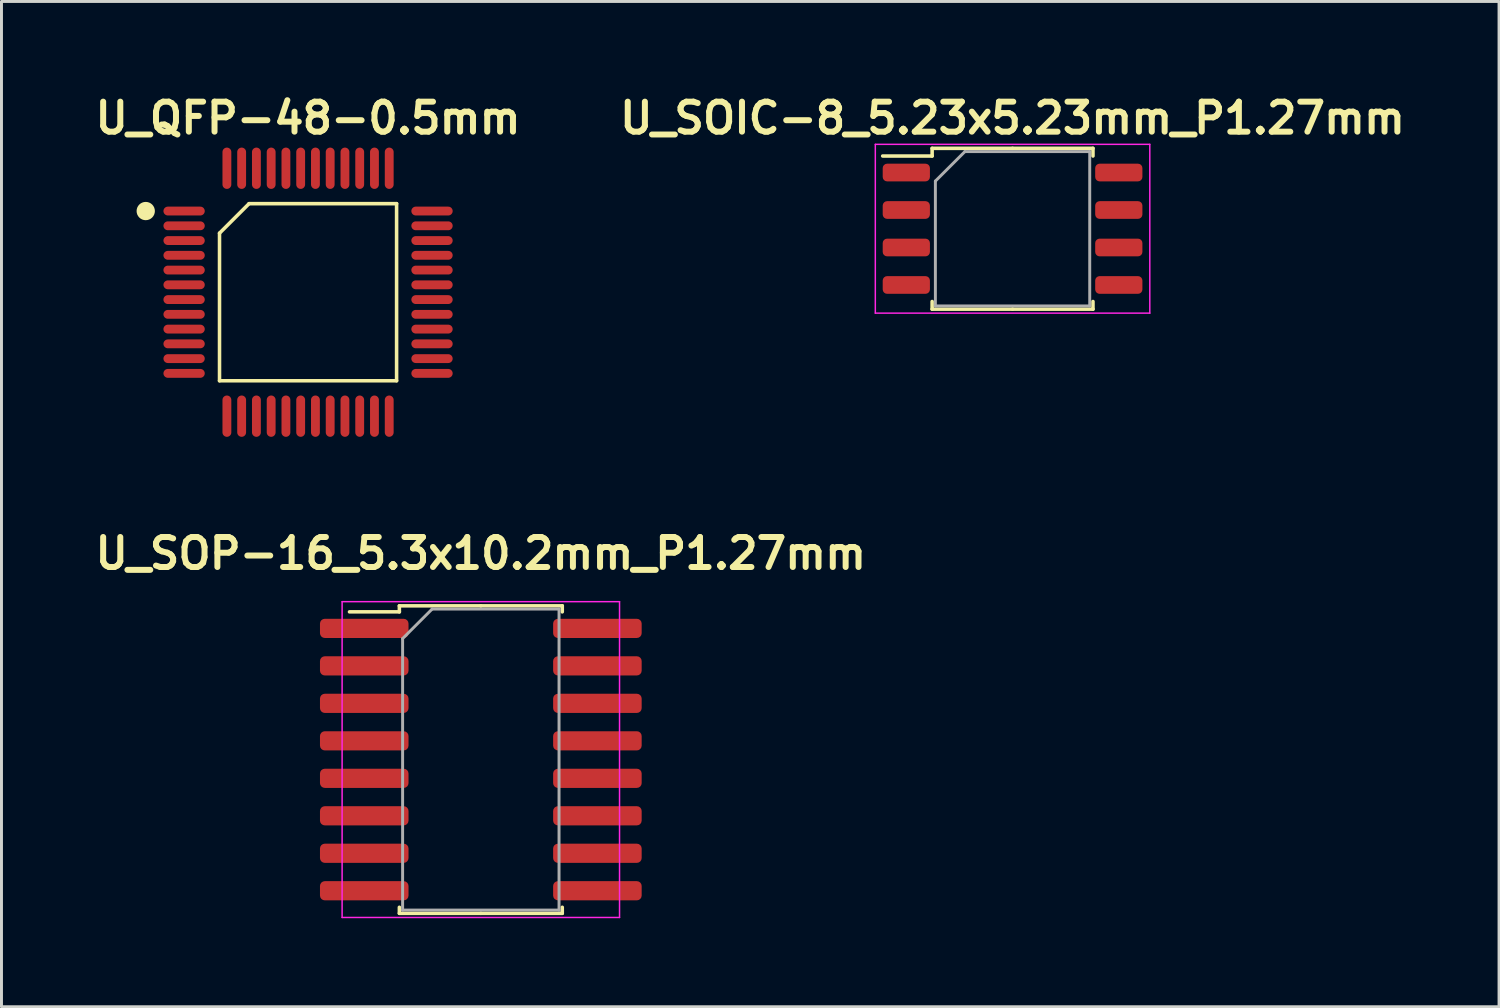
<source format=kicad_pcb>
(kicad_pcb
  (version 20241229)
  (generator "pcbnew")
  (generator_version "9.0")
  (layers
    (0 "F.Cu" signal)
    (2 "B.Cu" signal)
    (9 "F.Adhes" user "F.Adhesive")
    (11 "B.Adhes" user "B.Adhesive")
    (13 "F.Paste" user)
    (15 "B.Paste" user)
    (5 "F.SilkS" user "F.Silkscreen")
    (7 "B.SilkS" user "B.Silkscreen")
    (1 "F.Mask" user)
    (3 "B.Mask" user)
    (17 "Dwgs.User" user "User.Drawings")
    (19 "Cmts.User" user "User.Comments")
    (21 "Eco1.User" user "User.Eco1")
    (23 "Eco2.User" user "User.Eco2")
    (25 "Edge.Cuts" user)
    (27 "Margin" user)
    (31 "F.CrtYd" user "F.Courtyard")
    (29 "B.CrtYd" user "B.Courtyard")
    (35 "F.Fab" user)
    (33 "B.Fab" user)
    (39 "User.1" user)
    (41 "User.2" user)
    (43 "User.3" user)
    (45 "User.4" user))
  (footprint "U_QFP-48-0.5mm"
    (layer "F.Cu")
    (at 7.388 6.851)
    (property "Reference" "U_QFP-48-0.5mm" (at 0 -5.9 0) (layer "F.SilkS") (effects (font (size 1.016 1.016) (thickness 0.203))))
    (attr smd)
    (fp_line (start -3 -2) (end -2 -3) (stroke (width 0.12) (type solid)) (layer "F.SilkS"))
    (fp_line (start -3 3) (end -3 -2) (stroke (width 0.12) (type solid)) (layer "F.SilkS"))
    (fp_line (start -2 -3) (end 3 -3) (stroke (width 0.12) (type solid)) (layer "F.SilkS"))
    (fp_line (start 3 -3) (end 3 3) (stroke (width 0.12) (type solid)) (layer "F.SilkS"))
    (fp_line (start 3 3) (end -3 3) (stroke (width 0.12) (type solid)) (layer "F.SilkS"))
    (fp_circle (center -5.5 -2.75) (end -5.25 -2.75) (stroke (width 0.12) (type solid)) (fill yes) (layer "F.SilkS"))
    (pad "1" smd oval (at -4.2 -2.75 90) (size 0.3 1.4) (layers "F.Cu" "F.Mask" "F.Paste"))
    (pad "2" smd oval (at -4.2 -2.25 90) (size 0.3 1.4) (layers "F.Cu" "F.Mask" "F.Paste"))
    (pad "3" smd oval (at -4.2 -1.75 90) (size 0.3 1.4) (layers "F.Cu" "F.Mask" "F.Paste"))
    (pad "4" smd oval (at -4.2 -1.25 90) (size 0.3 1.4) (layers "F.Cu" "F.Mask" "F.Paste"))
    (pad "5" smd oval (at -4.2 -0.75 90) (size 0.3 1.4) (layers "F.Cu" "F.Mask" "F.Paste"))
    (pad "6" smd oval (at -4.2 -0.25 90) (size 0.3 1.4) (layers "F.Cu" "F.Mask" "F.Paste"))
    (pad "7" smd oval (at -4.2 0.25 90) (size 0.3 1.4) (layers "F.Cu" "F.Mask" "F.Paste"))
    (pad "8" smd oval (at -4.2 0.75 90) (size 0.3 1.4) (layers "F.Cu" "F.Mask" "F.Paste"))
    (pad "9" smd oval (at -4.2 1.25 90) (size 0.3 1.4) (layers "F.Cu" "F.Mask" "F.Paste"))
    (pad "10" smd oval (at -4.2 1.75 90) (size 0.3 1.4) (layers "F.Cu" "F.Mask" "F.Paste"))
    (pad "11" smd oval (at -4.2 2.25 90) (size 0.3 1.4) (layers "F.Cu" "F.Mask" "F.Paste"))
    (pad "12" smd oval (at -4.2 2.75 90) (size 0.3 1.4) (layers "F.Cu" "F.Mask" "F.Paste"))
    (pad "13" smd oval (at -2.75 4.2) (size 0.3 1.4) (layers "F.Cu" "F.Mask" "F.Paste"))
    (pad "14" smd oval (at -2.25 4.2) (size 0.3 1.4) (layers "F.Cu" "F.Mask" "F.Paste"))
    (pad "15" smd oval (at -1.75 4.2) (size 0.3 1.4) (layers "F.Cu" "F.Mask" "F.Paste"))
    (pad "16" smd oval (at -1.25 4.2) (size 0.3 1.4) (layers "F.Cu" "F.Mask" "F.Paste"))
    (pad "17" smd oval (at -0.75 4.2) (size 0.3 1.4) (layers "F.Cu" "F.Mask" "F.Paste"))
    (pad "18" smd oval (at -0.25 4.2) (size 0.3 1.4) (layers "F.Cu" "F.Mask" "F.Paste"))
    (pad "19" smd oval (at 0.25 4.2) (size 0.3 1.4) (layers "F.Cu" "F.Mask" "F.Paste"))
    (pad "20" smd oval (at 0.75 4.2) (size 0.3 1.4) (layers "F.Cu" "F.Mask" "F.Paste"))
    (pad "21" smd oval (at 1.25 4.2) (size 0.3 1.4) (layers "F.Cu" "F.Mask" "F.Paste"))
    (pad "22" smd oval (at 1.75 4.2) (size 0.3 1.4) (layers "F.Cu" "F.Mask" "F.Paste"))
    (pad "23" smd oval (at 2.25 4.2) (size 0.3 1.4) (layers "F.Cu" "F.Mask" "F.Paste"))
    (pad "24" smd oval (at 2.75 4.2) (size 0.3 1.4) (layers "F.Cu" "F.Mask" "F.Paste"))
    (pad "25" smd oval (at 4.2 2.75 90) (size 0.3 1.4) (layers "F.Cu" "F.Mask" "F.Paste"))
    (pad "26" smd oval (at 4.2 2.25 90) (size 0.3 1.4) (layers "F.Cu" "F.Mask" "F.Paste"))
    (pad "27" smd oval (at 4.2 1.75 90) (size 0.3 1.4) (layers "F.Cu" "F.Mask" "F.Paste"))
    (pad "28" smd oval (at 4.2 1.25 90) (size 0.3 1.4) (layers "F.Cu" "F.Mask" "F.Paste"))
    (pad "29" smd oval (at 4.2 0.75 90) (size 0.3 1.4) (layers "F.Cu" "F.Mask" "F.Paste"))
    (pad "30" smd oval (at 4.2 0.25 90) (size 0.3 1.4) (layers "F.Cu" "F.Mask" "F.Paste"))
    (pad "31" smd oval (at 4.2 -0.25 90) (size 0.3 1.4) (layers "F.Cu" "F.Mask" "F.Paste"))
    (pad "32" smd oval (at 4.2 -0.75 90) (size 0.3 1.4) (layers "F.Cu" "F.Mask" "F.Paste"))
    (pad "33" smd oval (at 4.2 -1.25 90) (size 0.3 1.4) (layers "F.Cu" "F.Mask" "F.Paste"))
    (pad "34" smd oval (at 4.2 -1.75 90) (size 0.3 1.4) (layers "F.Cu" "F.Mask" "F.Paste"))
    (pad "35" smd oval (at 4.2 -2.25 90) (size 0.3 1.4) (layers "F.Cu" "F.Mask" "F.Paste"))
    (pad "36" smd oval (at 4.2 -2.75 90) (size 0.3 1.4) (layers "F.Cu" "F.Mask" "F.Paste"))
    (pad "37" smd oval (at 2.75 -4.2) (size 0.3 1.4) (layers "F.Cu" "F.Mask" "F.Paste"))
    (pad "38" smd oval (at 2.25 -4.2) (size 0.3 1.4) (layers "F.Cu" "F.Mask" "F.Paste"))
    (pad "39" smd oval (at 1.75 -4.2) (size 0.3 1.4) (layers "F.Cu" "F.Mask" "F.Paste"))
    (pad "40" smd oval (at 1.25 -4.2) (size 0.3 1.4) (layers "F.Cu" "F.Mask" "F.Paste"))
    (pad "41" smd oval (at 0.75 -4.2) (size 0.3 1.4) (layers "F.Cu" "F.Mask" "F.Paste"))
    (pad "42" smd oval (at 0.25 -4.2) (size 0.3 1.4) (layers "F.Cu" "F.Mask" "F.Paste"))
    (pad "43" smd oval (at -0.25 -4.2) (size 0.3 1.4) (layers "F.Cu" "F.Mask" "F.Paste"))
    (pad "44" smd oval (at -0.75 -4.2) (size 0.3 1.4) (layers "F.Cu" "F.Mask" "F.Paste"))
    (pad "45" smd oval (at -1.25 -4.2) (size 0.3 1.4) (layers "F.Cu" "F.Mask" "F.Paste"))
    (pad "46" smd oval (at -1.75 -4.2) (size 0.3 1.4) (layers "F.Cu" "F.Mask" "F.Paste"))
    (pad "47" smd oval (at -2.25 -4.2) (size 0.3 1.4) (layers "F.Cu" "F.Mask" "F.Paste"))
    (pad "48" smd oval (at -2.75 -4.2) (size 0.3 1.4) (layers "F.Cu" "F.Mask" "F.Paste")))
  (footprint "U_SOP-16_5.3x10.2mm_P1.27mm"
    (layer "F.Cu")
    (at 13.242 22.687)
    (property "Reference" "U_SOP-16_5.3x10.2mm_P1.27mm" (at 0 -6.985 0) (layer "F.SilkS") (effects (font (size 1.016 1.016) (thickness 0.203))))
    (attr smd)
    (fp_line (start -2.76 -5.21) (end -2.76 -5.005) (stroke (width 0.12) (type solid)) (layer "F.SilkS"))
    (fp_line (start -2.76 -5.005) (end -4.45 -5.005) (stroke (width 0.12) (type solid)) (layer "F.SilkS"))
    (fp_line (start -2.76 5.21) (end -2.76 5.005) (stroke (width 0.12) (type solid)) (layer "F.SilkS"))
    (fp_line (start 0 -5.21) (end -2.76 -5.21) (stroke (width 0.12) (type solid)) (layer "F.SilkS"))
    (fp_line (start 0 -5.21) (end 2.76 -5.21) (stroke (width 0.12) (type solid)) (layer "F.SilkS"))
    (fp_line (start 0 5.21) (end -2.76 5.21) (stroke (width 0.12) (type solid)) (layer "F.SilkS"))
    (fp_line (start 0 5.21) (end 2.76 5.21) (stroke (width 0.12) (type solid)) (layer "F.SilkS"))
    (fp_line (start 2.76 -5.21) (end 2.76 -5.005) (stroke (width 0.12) (type solid)) (layer "F.SilkS"))
    (fp_line (start 2.76 5.21) (end 2.76 5.005) (stroke (width 0.12) (type solid)) (layer "F.SilkS"))
    (fp_line (start -4.7 -5.35) (end -4.7 5.35) (stroke (width 0.05) (type solid)) (layer "F.CrtYd"))
    (fp_line (start -4.7 5.35) (end 4.7 5.35) (stroke (width 0.05) (type solid)) (layer "F.CrtYd"))
    (fp_line (start 4.7 -5.35) (end -4.7 -5.35) (stroke (width 0.05) (type solid)) (layer "F.CrtYd"))
    (fp_line (start 4.7 5.35) (end 4.7 -5.35) (stroke (width 0.05) (type solid)) (layer "F.CrtYd"))
    (fp_line (start -2.65 -4.1) (end -1.65 -5.1) (stroke (width 0.1) (type solid)) (layer "F.Fab"))
    (fp_line (start -2.65 5.1) (end -2.65 -4.1) (stroke (width 0.1) (type solid)) (layer "F.Fab"))
    (fp_line (start -1.65 -5.1) (end 2.65 -5.1) (stroke (width 0.1) (type solid)) (layer "F.Fab"))
    (fp_line (start 2.65 -5.1) (end 2.65 5.1) (stroke (width 0.1) (type solid)) (layer "F.Fab"))
    (fp_line (start 2.65 5.1) (end -2.65 5.1) (stroke (width 0.1) (type solid)) (layer "F.Fab"))
    (pad "1" smd roundrect (at -3.95 -4.445) (size 3 0.65) (layers "F.Cu" "F.Mask" "F.Paste") (roundrect_rratio 0.25))
    (pad "2" smd roundrect (at -3.95 -3.175) (size 3 0.65) (layers "F.Cu" "F.Mask" "F.Paste") (roundrect_rratio 0.25))
    (pad "3" smd roundrect (at -3.95 -1.905) (size 3 0.65) (layers "F.Cu" "F.Mask" "F.Paste") (roundrect_rratio 0.25))
    (pad "4" smd roundrect (at -3.95 -0.635) (size 3 0.65) (layers "F.Cu" "F.Mask" "F.Paste") (roundrect_rratio 0.25))
    (pad "5" smd roundrect (at -3.95 0.635) (size 3 0.65) (layers "F.Cu" "F.Mask" "F.Paste") (roundrect_rratio 0.25))
    (pad "6" smd roundrect (at -3.95 1.905) (size 3 0.65) (layers "F.Cu" "F.Mask" "F.Paste") (roundrect_rratio 0.25))
    (pad "7" smd roundrect (at -3.95 3.175) (size 3 0.65) (layers "F.Cu" "F.Mask" "F.Paste") (roundrect_rratio 0.25))
    (pad "8" smd roundrect (at -3.95 4.445) (size 3 0.65) (layers "F.Cu" "F.Mask" "F.Paste") (roundrect_rratio 0.25))
    (pad "9" smd roundrect (at 3.95 4.445) (size 3 0.65) (layers "F.Cu" "F.Mask" "F.Paste") (roundrect_rratio 0.25))
    (pad "10" smd roundrect (at 3.95 3.175) (size 3 0.65) (layers "F.Cu" "F.Mask" "F.Paste") (roundrect_rratio 0.25))
    (pad "11" smd roundrect (at 3.95 1.905) (size 3 0.65) (layers "F.Cu" "F.Mask" "F.Paste") (roundrect_rratio 0.25))
    (pad "12" smd roundrect (at 3.95 0.635) (size 3 0.65) (layers "F.Cu" "F.Mask" "F.Paste") (roundrect_rratio 0.25))
    (pad "13" smd roundrect (at 3.95 -0.635) (size 3 0.65) (layers "F.Cu" "F.Mask" "F.Paste") (roundrect_rratio 0.25))
    (pad "14" smd roundrect (at 3.95 -1.905) (size 3 0.65) (layers "F.Cu" "F.Mask" "F.Paste") (roundrect_rratio 0.25))
    (pad "15" smd roundrect (at 3.95 -3.175) (size 3 0.65) (layers "F.Cu" "F.Mask" "F.Paste") (roundrect_rratio 0.25))
    (pad "16" smd roundrect (at 3.95 -4.445) (size 3 0.65) (layers "F.Cu" "F.Mask" "F.Paste") (roundrect_rratio 0.25)))
  (footprint "U_SOIC-8_5.23x5.23mm_P1.27mm"
    (layer "F.Cu")
    (at 31.259 4.701)
    (property "Reference" "U_SOIC-8_5.23x5.23mm_P1.27mm" (at 0 -3.75 0) (layer "F.SilkS") (effects (font (size 1.016 1.016) (thickness 0.203))))
    (attr smd)
    (fp_line (start -2.725 -2.725) (end -2.725 -2.465) (stroke (width 0.12) (type solid)) (layer "F.SilkS"))
    (fp_line (start -2.725 -2.465) (end -4.4 -2.465) (stroke (width 0.12) (type solid)) (layer "F.SilkS"))
    (fp_line (start -2.725 2.725) (end -2.725 2.465) (stroke (width 0.12) (type solid)) (layer "F.SilkS"))
    (fp_line (start 0 -2.725) (end -2.725 -2.725) (stroke (width 0.12) (type solid)) (layer "F.SilkS"))
    (fp_line (start 0 -2.725) (end 2.725 -2.725) (stroke (width 0.12) (type solid)) (layer "F.SilkS"))
    (fp_line (start 0 2.725) (end -2.725 2.725) (stroke (width 0.12) (type solid)) (layer "F.SilkS"))
    (fp_line (start 0 2.725) (end 2.725 2.725) (stroke (width 0.12) (type solid)) (layer "F.SilkS"))
    (fp_line (start 2.725 -2.725) (end 2.725 -2.465) (stroke (width 0.12) (type solid)) (layer "F.SilkS"))
    (fp_line (start 2.725 2.725) (end 2.725 2.465) (stroke (width 0.12) (type solid)) (layer "F.SilkS"))
    (fp_line (start -4.65 -2.86) (end -4.65 2.86) (stroke (width 0.05) (type solid)) (layer "F.CrtYd"))
    (fp_line (start -4.65 2.86) (end 4.65 2.86) (stroke (width 0.05) (type solid)) (layer "F.CrtYd"))
    (fp_line (start 4.65 -2.86) (end -4.65 -2.86) (stroke (width 0.05) (type solid)) (layer "F.CrtYd"))
    (fp_line (start 4.65 2.86) (end 4.65 -2.86) (stroke (width 0.05) (type solid)) (layer "F.CrtYd"))
    (fp_line (start -2.615 -1.615) (end -1.615 -2.615) (stroke (width 0.1) (type solid)) (layer "F.Fab"))
    (fp_line (start -2.615 2.615) (end -2.615 -1.615) (stroke (width 0.1) (type solid)) (layer "F.Fab"))
    (fp_line (start -1.615 -2.615) (end 2.615 -2.615) (stroke (width 0.1) (type solid)) (layer "F.Fab"))
    (fp_line (start 2.615 -2.615) (end 2.615 2.615) (stroke (width 0.1) (type solid)) (layer "F.Fab"))
    (fp_line (start 2.615 2.615) (end -2.615 2.615) (stroke (width 0.1) (type solid)) (layer "F.Fab"))
    (pad "1" smd roundrect (at -3.6 -1.905) (size 1.6 0.6) (layers "F.Cu" "F.Mask" "F.Paste") (roundrect_rratio 0.25))
    (pad "2" smd roundrect (at -3.6 -0.635) (size 1.6 0.6) (layers "F.Cu" "F.Mask" "F.Paste") (roundrect_rratio 0.25))
    (pad "3" smd roundrect (at -3.6 0.635) (size 1.6 0.6) (layers "F.Cu" "F.Mask" "F.Paste") (roundrect_rratio 0.25))
    (pad "4" smd roundrect (at -3.6 1.905) (size 1.6 0.6) (layers "F.Cu" "F.Mask" "F.Paste") (roundrect_rratio 0.25))
    (pad "5" smd roundrect (at 3.6 1.905) (size 1.6 0.6) (layers "F.Cu" "F.Mask" "F.Paste") (roundrect_rratio 0.25))
    (pad "6" smd roundrect (at 3.6 0.635) (size 1.6 0.6) (layers "F.Cu" "F.Mask" "F.Paste") (roundrect_rratio 0.25))
    (pad "7" smd roundrect (at 3.6 -0.635) (size 1.6 0.6) (layers "F.Cu" "F.Mask" "F.Paste") (roundrect_rratio 0.25))
    (pad "8" smd roundrect (at 3.6 -1.905) (size 1.6 0.6) (layers "F.Cu" "F.Mask" "F.Paste") (roundrect_rratio 0.25)))
  (gr_rect
    (start -3 -3)
    (end 47.743 31.062)
    (stroke (width 0.1) (type default))
    (fill no)
    (layer "Edge.Cuts")))
</source>
